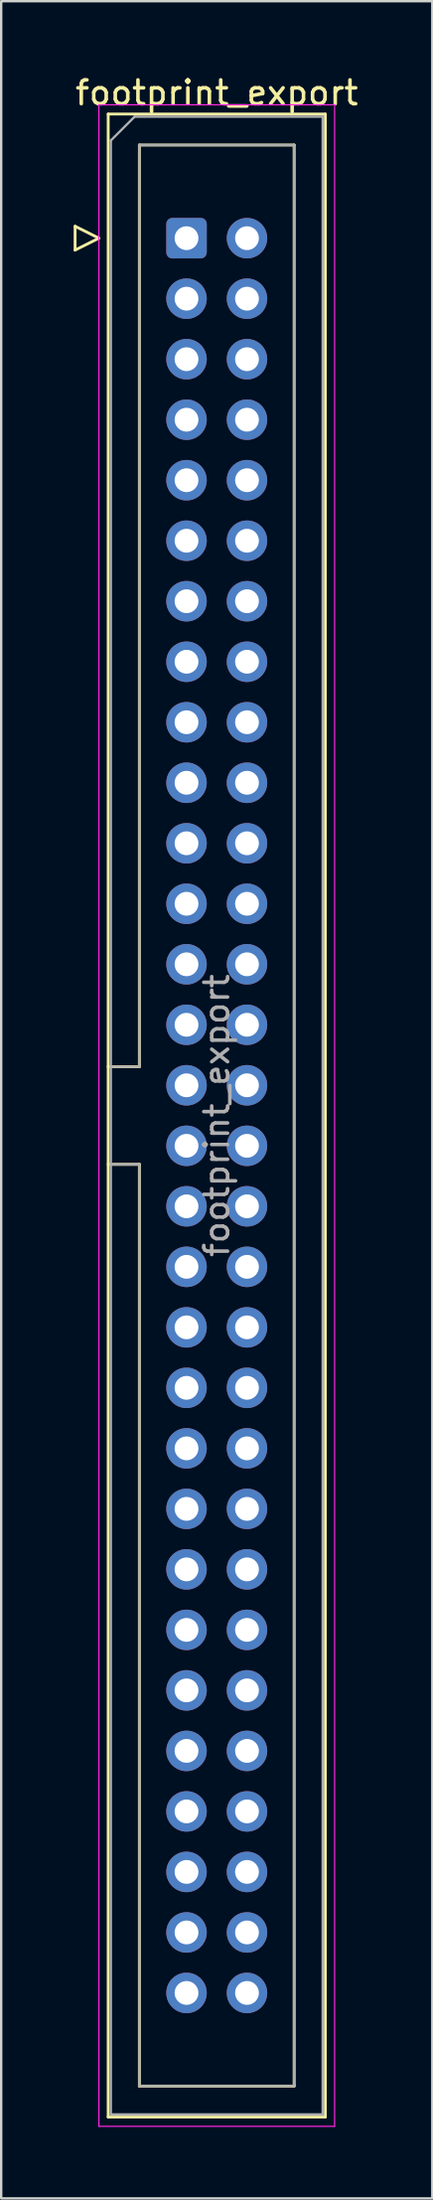
<source format=kicad_pcb>
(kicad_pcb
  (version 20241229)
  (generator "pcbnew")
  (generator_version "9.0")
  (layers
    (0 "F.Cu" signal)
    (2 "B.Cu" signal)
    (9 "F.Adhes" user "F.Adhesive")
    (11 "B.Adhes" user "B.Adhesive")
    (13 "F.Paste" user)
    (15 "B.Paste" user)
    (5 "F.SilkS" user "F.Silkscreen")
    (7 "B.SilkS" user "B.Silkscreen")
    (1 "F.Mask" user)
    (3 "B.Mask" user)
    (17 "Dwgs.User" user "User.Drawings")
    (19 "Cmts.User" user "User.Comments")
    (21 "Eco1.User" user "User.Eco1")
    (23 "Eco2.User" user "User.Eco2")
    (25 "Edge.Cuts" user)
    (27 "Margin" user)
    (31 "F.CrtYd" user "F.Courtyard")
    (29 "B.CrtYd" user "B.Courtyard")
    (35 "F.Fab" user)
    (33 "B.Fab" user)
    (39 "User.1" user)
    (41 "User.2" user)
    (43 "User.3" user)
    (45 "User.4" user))
  (footprint "footprint_export"
    (layer "F.Cu")
    (at 4.784 6.948)
    (property "Reference" "footprint_export" (at 1.27 -6.1 0) (layer "F.SilkS") (effects (font (size 1 1) (thickness 0.15))))
    (attr through_hole)
    (fp_line (start -4.68 -0.5) (end -4.68 0.5) (stroke (width 0.12) (type solid)) (layer "F.SilkS"))
    (fp_line (start -4.68 0.5) (end -3.68 0) (stroke (width 0.12) (type solid)) (layer "F.SilkS"))
    (fp_line (start -3.68 0) (end -4.68 -0.5) (stroke (width 0.12) (type solid)) (layer "F.SilkS"))
    (fp_line (start -3.29 -5.21) (end 5.83 -5.21) (stroke (width 0.12) (type solid)) (layer "F.SilkS"))
    (fp_line (start -3.29 34.78) (end -1.98 34.78) (stroke (width 0.12) (type solid)) (layer "F.SilkS"))
    (fp_line (start -3.29 78.87) (end -3.29 -5.21) (stroke (width 0.12) (type solid)) (layer "F.SilkS"))
    (fp_line (start -1.98 -3.91) (end 4.52 -3.91) (stroke (width 0.12) (type solid)) (layer "F.SilkS"))
    (fp_line (start -1.98 34.78) (end -1.98 -3.91) (stroke (width 0.12) (type solid)) (layer "F.SilkS"))
    (fp_line (start -1.98 38.88) (end -3.29 38.88) (stroke (width 0.12) (type solid)) (layer "F.SilkS"))
    (fp_line (start -1.98 38.88) (end -1.98 38.88) (stroke (width 0.12) (type solid)) (layer "F.SilkS"))
    (fp_line (start -1.98 77.57) (end -1.98 38.88) (stroke (width 0.12) (type solid)) (layer "F.SilkS"))
    (fp_line (start 4.52 -3.91) (end 4.52 77.57) (stroke (width 0.12) (type solid)) (layer "F.SilkS"))
    (fp_line (start 4.52 77.57) (end -1.98 77.57) (stroke (width 0.12) (type solid)) (layer "F.SilkS"))
    (fp_line (start 5.83 -5.21) (end 5.83 78.87) (stroke (width 0.12) (type solid)) (layer "F.SilkS"))
    (fp_line (start 5.83 78.87) (end -3.29 78.87) (stroke (width 0.12) (type solid)) (layer "F.SilkS"))
    (fp_line (start -3.68 -5.6) (end -3.68 79.26) (stroke (width 0.05) (type solid)) (layer "F.CrtYd"))
    (fp_line (start -3.68 79.26) (end 6.22 79.26) (stroke (width 0.05) (type solid)) (layer "F.CrtYd"))
    (fp_line (start 6.22 -5.6) (end -3.68 -5.6) (stroke (width 0.05) (type solid)) (layer "F.CrtYd"))
    (fp_line (start 6.22 79.26) (end 6.22 -5.6) (stroke (width 0.05) (type solid)) (layer "F.CrtYd"))
    (fp_line (start -3.18 -4.1) (end -2.18 -5.1) (stroke (width 0.1) (type solid)) (layer "F.Fab"))
    (fp_line (start -3.18 34.78) (end -1.98 34.78) (stroke (width 0.1) (type solid)) (layer "F.Fab"))
    (fp_line (start -3.18 78.76) (end -3.18 -4.1) (stroke (width 0.1) (type solid)) (layer "F.Fab"))
    (fp_line (start -2.18 -5.1) (end 5.72 -5.1) (stroke (width 0.1) (type solid)) (layer "F.Fab"))
    (fp_line (start -1.98 -3.91) (end 4.52 -3.91) (stroke (width 0.1) (type solid)) (layer "F.Fab"))
    (fp_line (start -1.98 34.78) (end -1.98 -3.91) (stroke (width 0.1) (type solid)) (layer "F.Fab"))
    (fp_line (start -1.98 38.88) (end -3.18 38.88) (stroke (width 0.1) (type solid)) (layer "F.Fab"))
    (fp_line (start -1.98 38.88) (end -1.98 38.88) (stroke (width 0.1) (type solid)) (layer "F.Fab"))
    (fp_line (start -1.98 77.57) (end -1.98 38.88) (stroke (width 0.1) (type solid)) (layer "F.Fab"))
    (fp_line (start 4.52 -3.91) (end 4.52 77.57) (stroke (width 0.1) (type solid)) (layer "F.Fab"))
    (fp_line (start 4.52 77.57) (end -1.98 77.57) (stroke (width 0.1) (type solid)) (layer "F.Fab"))
    (fp_line (start 5.72 -5.1) (end 5.72 78.76) (stroke (width 0.1) (type solid)) (layer "F.Fab"))
    (fp_line (start 5.72 78.76) (end -3.18 78.76) (stroke (width 0.1) (type solid)) (layer "F.Fab"))
    (fp_text user "${REFERENCE}" (at 1.27 36.83 90) (layer "F.Fab") (effects (font (size 1 1) (thickness 0.15))))
    (pad "1" thru_hole roundrect (at 0 0) (size 1.7 1.7) (drill 1) (layers "*.Cu" "*.Mask") (roundrect_rratio 0.147))
    (pad "2" thru_hole circle (at 2.54 0) (size 1.7 1.7) (drill 1) (layers "*.Cu" "*.Mask"))
    (pad "3" thru_hole circle (at 0 2.54) (size 1.7 1.7) (drill 1) (layers "*.Cu" "*.Mask"))
    (pad "4" thru_hole circle (at 2.54 2.54) (size 1.7 1.7) (drill 1) (layers "*.Cu" "*.Mask"))
    (pad "5" thru_hole circle (at 0 5.08) (size 1.7 1.7) (drill 1) (layers "*.Cu" "*.Mask"))
    (pad "6" thru_hole circle (at 2.54 5.08) (size 1.7 1.7) (drill 1) (layers "*.Cu" "*.Mask"))
    (pad "7" thru_hole circle (at 0 7.62) (size 1.7 1.7) (drill 1) (layers "*.Cu" "*.Mask"))
    (pad "8" thru_hole circle (at 2.54 7.62) (size 1.7 1.7) (drill 1) (layers "*.Cu" "*.Mask"))
    (pad "9" thru_hole circle (at 0 10.16) (size 1.7 1.7) (drill 1) (layers "*.Cu" "*.Mask"))
    (pad "10" thru_hole circle (at 2.54 10.16) (size 1.7 1.7) (drill 1) (layers "*.Cu" "*.Mask"))
    (pad "11" thru_hole circle (at 0 12.7) (size 1.7 1.7) (drill 1) (layers "*.Cu" "*.Mask"))
    (pad "12" thru_hole circle (at 2.54 12.7) (size 1.7 1.7) (drill 1) (layers "*.Cu" "*.Mask"))
    (pad "13" thru_hole circle (at 0 15.24) (size 1.7 1.7) (drill 1) (layers "*.Cu" "*.Mask"))
    (pad "14" thru_hole circle (at 2.54 15.24) (size 1.7 1.7) (drill 1) (layers "*.Cu" "*.Mask"))
    (pad "15" thru_hole circle (at 0 17.78) (size 1.7 1.7) (drill 1) (layers "*.Cu" "*.Mask"))
    (pad "16" thru_hole circle (at 2.54 17.78) (size 1.7 1.7) (drill 1) (layers "*.Cu" "*.Mask"))
    (pad "17" thru_hole circle (at 0 20.32) (size 1.7 1.7) (drill 1) (layers "*.Cu" "*.Mask"))
    (pad "18" thru_hole circle (at 2.54 20.32) (size 1.7 1.7) (drill 1) (layers "*.Cu" "*.Mask"))
    (pad "19" thru_hole circle (at 0 22.86) (size 1.7 1.7) (drill 1) (layers "*.Cu" "*.Mask"))
    (pad "20" thru_hole circle (at 2.54 22.86) (size 1.7 1.7) (drill 1) (layers "*.Cu" "*.Mask"))
    (pad "21" thru_hole circle (at 0 25.4) (size 1.7 1.7) (drill 1) (layers "*.Cu" "*.Mask"))
    (pad "22" thru_hole circle (at 2.54 25.4) (size 1.7 1.7) (drill 1) (layers "*.Cu" "*.Mask"))
    (pad "23" thru_hole circle (at 0 27.94) (size 1.7 1.7) (drill 1) (layers "*.Cu" "*.Mask"))
    (pad "24" thru_hole circle (at 2.54 27.94) (size 1.7 1.7) (drill 1) (layers "*.Cu" "*.Mask"))
    (pad "25" thru_hole circle (at 0 30.48) (size 1.7 1.7) (drill 1) (layers "*.Cu" "*.Mask"))
    (pad "26" thru_hole circle (at 2.54 30.48) (size 1.7 1.7) (drill 1) (layers "*.Cu" "*.Mask"))
    (pad "27" thru_hole circle (at 0 33.02) (size 1.7 1.7) (drill 1) (layers "*.Cu" "*.Mask"))
    (pad "28" thru_hole circle (at 2.54 33.02) (size 1.7 1.7) (drill 1) (layers "*.Cu" "*.Mask"))
    (pad "29" thru_hole circle (at 0 35.56) (size 1.7 1.7) (drill 1) (layers "*.Cu" "*.Mask"))
    (pad "30" thru_hole circle (at 2.54 35.56) (size 1.7 1.7) (drill 1) (layers "*.Cu" "*.Mask"))
    (pad "31" thru_hole circle (at 0 38.1) (size 1.7 1.7) (drill 1) (layers "*.Cu" "*.Mask"))
    (pad "32" thru_hole circle (at 2.54 38.1) (size 1.7 1.7) (drill 1) (layers "*.Cu" "*.Mask"))
    (pad "33" thru_hole circle (at 0 40.64) (size 1.7 1.7) (drill 1) (layers "*.Cu" "*.Mask"))
    (pad "34" thru_hole circle (at 2.54 40.64) (size 1.7 1.7) (drill 1) (layers "*.Cu" "*.Mask"))
    (pad "35" thru_hole circle (at 0 43.18) (size 1.7 1.7) (drill 1) (layers "*.Cu" "*.Mask"))
    (pad "36" thru_hole circle (at 2.54 43.18) (size 1.7 1.7) (drill 1) (layers "*.Cu" "*.Mask"))
    (pad "37" thru_hole circle (at 0 45.72) (size 1.7 1.7) (drill 1) (layers "*.Cu" "*.Mask"))
    (pad "38" thru_hole circle (at 2.54 45.72) (size 1.7 1.7) (drill 1) (layers "*.Cu" "*.Mask"))
    (pad "39" thru_hole circle (at 0 48.26) (size 1.7 1.7) (drill 1) (layers "*.Cu" "*.Mask"))
    (pad "40" thru_hole circle (at 2.54 48.26) (size 1.7 1.7) (drill 1) (layers "*.Cu" "*.Mask"))
    (pad "41" thru_hole circle (at 0 50.8) (size 1.7 1.7) (drill 1) (layers "*.Cu" "*.Mask"))
    (pad "42" thru_hole circle (at 2.54 50.8) (size 1.7 1.7) (drill 1) (layers "*.Cu" "*.Mask"))
    (pad "43" thru_hole circle (at 0 53.34) (size 1.7 1.7) (drill 1) (layers "*.Cu" "*.Mask"))
    (pad "44" thru_hole circle (at 2.54 53.34) (size 1.7 1.7) (drill 1) (layers "*.Cu" "*.Mask"))
    (pad "45" thru_hole circle (at 0 55.88) (size 1.7 1.7) (drill 1) (layers "*.Cu" "*.Mask"))
    (pad "46" thru_hole circle (at 2.54 55.88) (size 1.7 1.7) (drill 1) (layers "*.Cu" "*.Mask"))
    (pad "47" thru_hole circle (at 0 58.42) (size 1.7 1.7) (drill 1) (layers "*.Cu" "*.Mask"))
    (pad "48" thru_hole circle (at 2.54 58.42) (size 1.7 1.7) (drill 1) (layers "*.Cu" "*.Mask"))
    (pad "49" thru_hole circle (at 0 60.96) (size 1.7 1.7) (drill 1) (layers "*.Cu" "*.Mask"))
    (pad "50" thru_hole circle (at 2.54 60.96) (size 1.7 1.7) (drill 1) (layers "*.Cu" "*.Mask"))
    (pad "51" thru_hole circle (at 0 63.5) (size 1.7 1.7) (drill 1) (layers "*.Cu" "*.Mask"))
    (pad "52" thru_hole circle (at 2.54 63.5) (size 1.7 1.7) (drill 1) (layers "*.Cu" "*.Mask"))
    (pad "53" thru_hole circle (at 0 66.04) (size 1.7 1.7) (drill 1) (layers "*.Cu" "*.Mask"))
    (pad "54" thru_hole circle (at 2.54 66.04) (size 1.7 1.7) (drill 1) (layers "*.Cu" "*.Mask"))
    (pad "55" thru_hole circle (at 0 68.58) (size 1.7 1.7) (drill 1) (layers "*.Cu" "*.Mask"))
    (pad "56" thru_hole circle (at 2.54 68.58) (size 1.7 1.7) (drill 1) (layers "*.Cu" "*.Mask"))
    (pad "57" thru_hole circle (at 0 71.12) (size 1.7 1.7) (drill 1) (layers "*.Cu" "*.Mask"))
    (pad "58" thru_hole circle (at 2.54 71.12) (size 1.7 1.7) (drill 1) (layers "*.Cu" "*.Mask"))
    (pad "59" thru_hole circle (at 0 73.66) (size 1.7 1.7) (drill 1) (layers "*.Cu" "*.Mask"))
    (pad "60" thru_hole circle (at 2.54 73.66) (size 1.7 1.7) (drill 1) (layers "*.Cu" "*.Mask")))
  (gr_rect
    (start -3 -3)
    (end 15.107 89.233)
    (stroke (width 0.1) (type default))
    (fill no)
    (layer "Edge.Cuts")))
</source>
